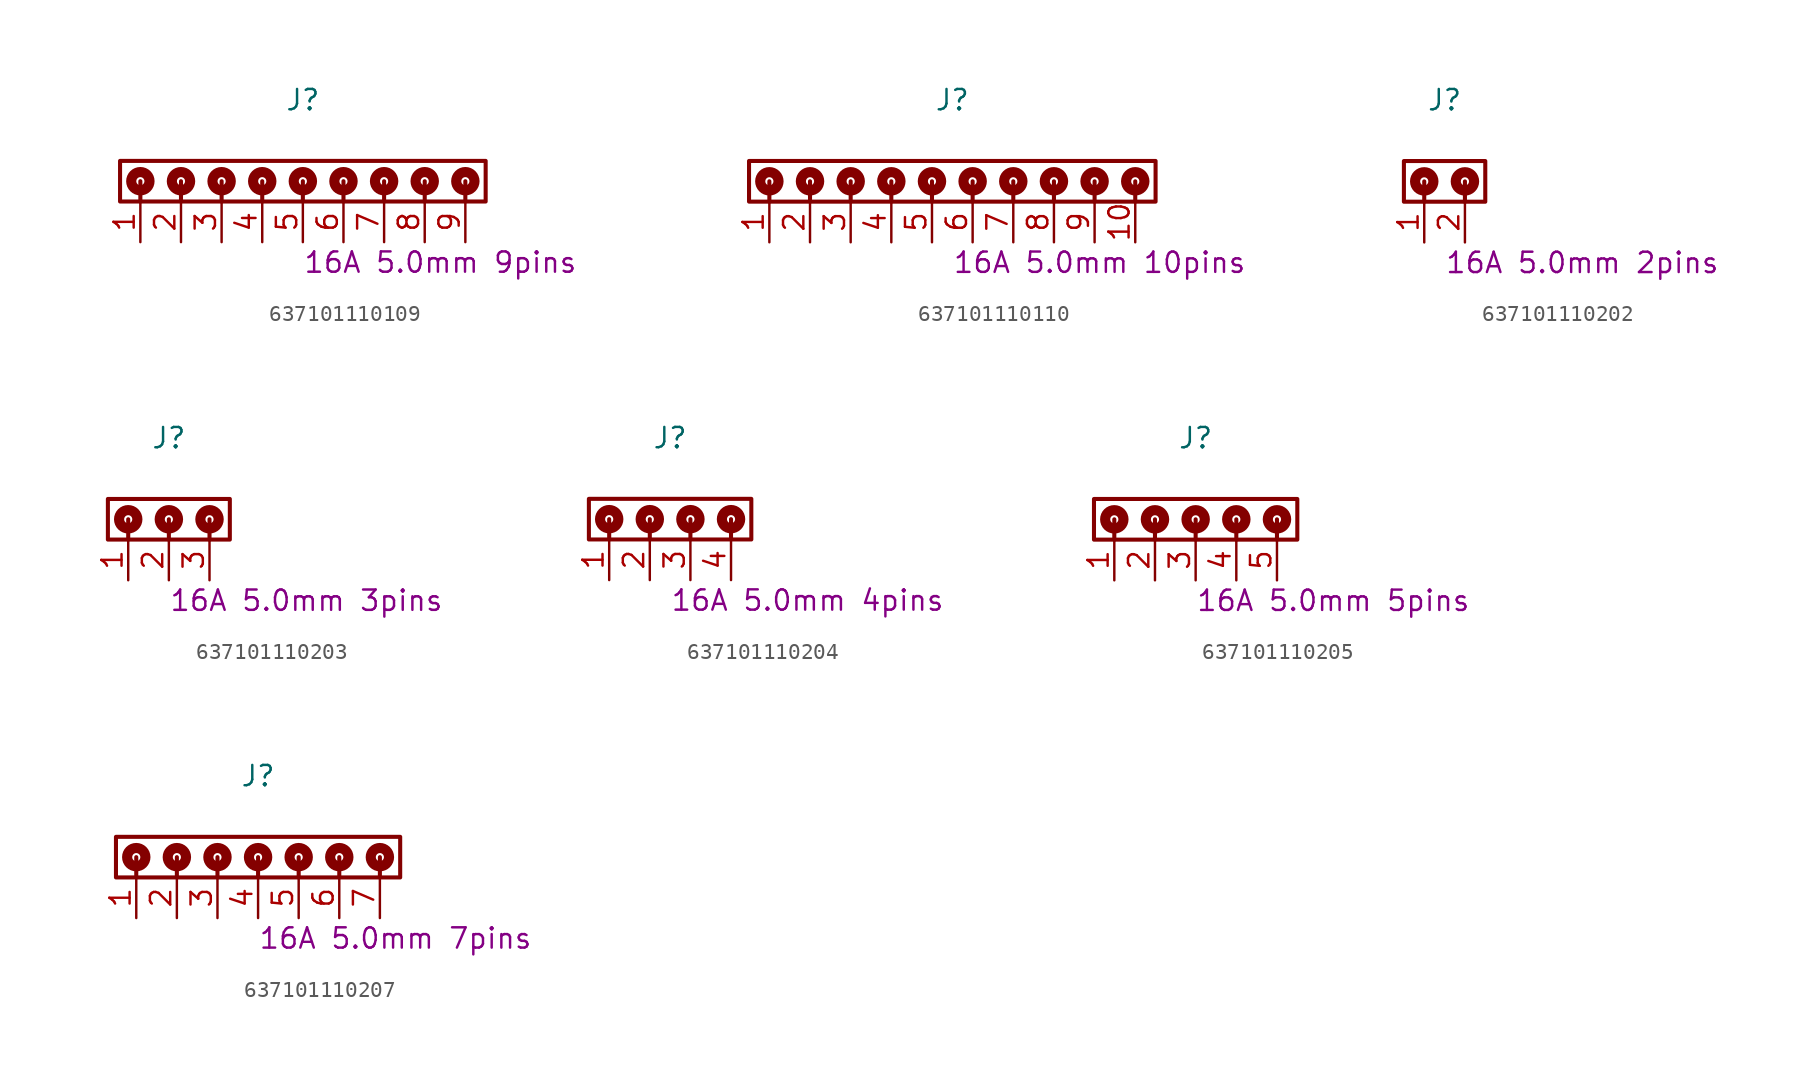
<source format=kicad_sym>
(kicad_symbol_lib
  (version 20220914)
  (generator kicad_symbol_editor)
  (symbol "637101110109"
    (pin_names hide)
    (property "Reference" "J"
      (at 0 5.08 0)
      (effects (font (size 1.27 1.27))))
    (property "Critical Parameter" "16A 5.0mm 9pins"
      (at 0 -5.08 0)
      (effects (font (size 1.27 1.27)) (justify left)))
    (symbol "637101110109_0_1"
      (rectangle (start -11.43 1.27) (end 11.43 -1.27) (stroke (width 0.254) (type default)) (fill (type none)))
      (circle (center -10.16 0) (radius 0.254) (stroke (width 0.635) (type default)) (fill (type none)))
      (polyline (pts (xy -10.16 0) (xy -10.16 -1.27)) (stroke (width 0.254) (type default)) (fill (type none)))
      (circle (center -7.62 0) (radius 0.254) (stroke (width 0.635) (type default)) (fill (type none)))
      (polyline (pts (xy -7.62 0) (xy -7.62 -1.27)) (stroke (width 0.254) (type default)) (fill (type none)))
      (circle (center -5.08 0) (radius 0.254) (stroke (width 0.635) (type default)) (fill (type none)))
      (polyline (pts (xy -5.08 0) (xy -5.08 -1.27)) (stroke (width 0.254) (type default)) (fill (type none)))
      (circle (center -2.54 0) (radius 0.254) (stroke (width 0.635) (type default)) (fill (type none)))
      (polyline (pts (xy -2.54 0) (xy -2.54 -1.27)) (stroke (width 0.254) (type default)) (fill (type none)))
      (circle (center 0.0 0) (radius 0.254) (stroke (width 0.635) (type default)) (fill (type none)))
      (polyline (pts (xy 0.0 0) (xy 0.0 -1.27)) (stroke (width 0.254) (type default)) (fill (type none)))
      (circle (center 2.54 0) (radius 0.254) (stroke (width 0.635) (type default)) (fill (type none)))
      (polyline (pts (xy 2.54 0) (xy 2.54 -1.27)) (stroke (width 0.254) (type default)) (fill (type none)))
      (circle (center 5.08 0) (radius 0.254) (stroke (width 0.635) (type default)) (fill (type none)))
      (polyline (pts (xy 5.08 0) (xy 5.08 -1.27)) (stroke (width 0.254) (type default)) (fill (type none)))
      (circle (center 7.62 0) (radius 0.254) (stroke (width 0.635) (type default)) (fill (type none)))
      (polyline (pts (xy 7.62 0) (xy 7.62 -1.27)) (stroke (width 0.254) (type default)) (fill (type none)))
      (circle (center 10.16 0) (radius 0.254) (stroke (width 0.635) (type default)) (fill (type none)))
      (polyline (pts (xy 10.16 0) (xy 10.16 -1.27)) (stroke (width 0.254) (type default)) (fill (type none))))
    (symbol "637101110109_1_1"
      (pin passive line (at -10.16 -3.81 90) (length 2.54) (name "1" (effects (font (size 1.27 1.27)))) (number "1" (effects (font (size 1.27 1.27)))))
      (pin passive line (at -10.16 -3.81 90) (length 2.54) hide (name "A1" (effects (font (size 1.27 1.27)))) (number "A1" (effects (font (size 1.27 1.27)))))
      (pin passive line (at -7.62 -3.81 90) (length 2.54) (name "2" (effects (font (size 1.27 1.27)))) (number "2" (effects (font (size 1.27 1.27)))))
      (pin passive line (at -7.62 -3.81 90) (length 2.54) hide (name "A2" (effects (font (size 1.27 1.27)))) (number "A2" (effects (font (size 1.27 1.27)))))
      (pin passive line (at -5.08 -3.81 90) (length 2.54) (name "3" (effects (font (size 1.27 1.27)))) (number "3" (effects (font (size 1.27 1.27)))))
      (pin passive line (at -5.08 -3.81 90) (length 2.54) hide (name "A3" (effects (font (size 1.27 1.27)))) (number "A3" (effects (font (size 1.27 1.27)))))
      (pin passive line (at -2.54 -3.81 90) (length 2.54) (name "4" (effects (font (size 1.27 1.27)))) (number "4" (effects (font (size 1.27 1.27)))))
      (pin passive line (at -2.54 -3.81 90) (length 2.54) hide (name "A4" (effects (font (size 1.27 1.27)))) (number "A4" (effects (font (size 1.27 1.27)))))
      (pin passive line (at 0.0 -3.81 90) (length 2.54) (name "5" (effects (font (size 1.27 1.27)))) (number "5" (effects (font (size 1.27 1.27)))))
      (pin passive line (at 0.0 -3.81 90) (length 2.54) hide (name "A5" (effects (font (size 1.27 1.27)))) (number "A5" (effects (font (size 1.27 1.27)))))
      (pin passive line (at 2.54 -3.81 90) (length 2.54) (name "6" (effects (font (size 1.27 1.27)))) (number "6" (effects (font (size 1.27 1.27)))))
      (pin passive line (at 2.54 -3.81 90) (length 2.54) hide (name "A6" (effects (font (size 1.27 1.27)))) (number "A6" (effects (font (size 1.27 1.27)))))
      (pin passive line (at 5.08 -3.81 90) (length 2.54) (name "7" (effects (font (size 1.27 1.27)))) (number "7" (effects (font (size 1.27 1.27)))))
      (pin passive line (at 5.08 -3.81 90) (length 2.54) hide (name "A7" (effects (font (size 1.27 1.27)))) (number "A7" (effects (font (size 1.27 1.27)))))
      (pin passive line (at 7.62 -3.81 90) (length 2.54) (name "8" (effects (font (size 1.27 1.27)))) (number "8" (effects (font (size 1.27 1.27)))))
      (pin passive line (at 7.62 -3.81 90) (length 2.54) hide (name "A8" (effects (font (size 1.27 1.27)))) (number "A8" (effects (font (size 1.27 1.27)))))
      (pin passive line (at 10.16 -3.81 90) (length 2.54) (name "9" (effects (font (size 1.27 1.27)))) (number "9" (effects (font (size 1.27 1.27)))))
      (pin passive line (at 10.16 -3.81 90) (length 2.54) hide (name "A9" (effects (font (size 1.27 1.27)))) (number "A9" (effects (font (size 1.27 1.27)))))))
  (symbol "637101110110"
    (pin_names hide)
    (property "Reference" "J"
      (at 0 5.08 0)
      (effects (font (size 1.27 1.27))))
    (property "Critical Parameter" "16A 5.0mm 10pins"
      (at 0 -5.08 0)
      (effects (font (size 1.27 1.27)) (justify left)))
    (symbol "637101110110_0_1"
      (rectangle (start -12.7 1.27) (end 12.7 -1.27) (stroke (width 0.254) (type default)) (fill (type none)))
      (circle (center -11.43 0) (radius 0.254) (stroke (width 0.635) (type default)) (fill (type none)))
      (polyline (pts (xy -11.43 0) (xy -11.43 -1.27)) (stroke (width 0.254) (type default)) (fill (type none)))
      (circle (center -8.89 0) (radius 0.254) (stroke (width 0.635) (type default)) (fill (type none)))
      (polyline (pts (xy -8.89 0) (xy -8.89 -1.27)) (stroke (width 0.254) (type default)) (fill (type none)))
      (circle (center -6.35 0) (radius 0.254) (stroke (width 0.635) (type default)) (fill (type none)))
      (polyline (pts (xy -6.35 0) (xy -6.35 -1.27)) (stroke (width 0.254) (type default)) (fill (type none)))
      (circle (center -3.81 0) (radius 0.254) (stroke (width 0.635) (type default)) (fill (type none)))
      (polyline (pts (xy -3.81 0) (xy -3.81 -1.27)) (stroke (width 0.254) (type default)) (fill (type none)))
      (circle (center -1.27 0) (radius 0.254) (stroke (width 0.635) (type default)) (fill (type none)))
      (polyline (pts (xy -1.27 0) (xy -1.27 -1.27)) (stroke (width 0.254) (type default)) (fill (type none)))
      (circle (center 1.27 0) (radius 0.254) (stroke (width 0.635) (type default)) (fill (type none)))
      (polyline (pts (xy 1.27 0) (xy 1.27 -1.27)) (stroke (width 0.254) (type default)) (fill (type none)))
      (circle (center 3.81 0) (radius 0.254) (stroke (width 0.635) (type default)) (fill (type none)))
      (polyline (pts (xy 3.81 0) (xy 3.81 -1.27)) (stroke (width 0.254) (type default)) (fill (type none)))
      (circle (center 6.35 0) (radius 0.254) (stroke (width 0.635) (type default)) (fill (type none)))
      (polyline (pts (xy 6.35 0) (xy 6.35 -1.27)) (stroke (width 0.254) (type default)) (fill (type none)))
      (circle (center 8.89 0) (radius 0.254) (stroke (width 0.635) (type default)) (fill (type none)))
      (polyline (pts (xy 8.89 0) (xy 8.89 -1.27)) (stroke (width 0.254) (type default)) (fill (type none)))
      (circle (center 11.43 0) (radius 0.254) (stroke (width 0.635) (type default)) (fill (type none)))
      (polyline (pts (xy 11.43 0) (xy 11.43 -1.27)) (stroke (width 0.254) (type default)) (fill (type none))))
    (symbol "637101110110_1_1"
      (pin passive line (at -11.43 -3.81 90) (length 2.54) (name "1" (effects (font (size 1.27 1.27)))) (number "1" (effects (font (size 1.27 1.27)))))
      (pin passive line (at -11.43 -3.81 90) (length 2.54) hide (name "A1" (effects (font (size 1.27 1.27)))) (number "A1" (effects (font (size 1.27 1.27)))))
      (pin passive line (at -8.89 -3.81 90) (length 2.54) (name "2" (effects (font (size 1.27 1.27)))) (number "2" (effects (font (size 1.27 1.27)))))
      (pin passive line (at -8.89 -3.81 90) (length 2.54) hide (name "A2" (effects (font (size 1.27 1.27)))) (number "A2" (effects (font (size 1.27 1.27)))))
      (pin passive line (at -6.35 -3.81 90) (length 2.54) (name "3" (effects (font (size 1.27 1.27)))) (number "3" (effects (font (size 1.27 1.27)))))
      (pin passive line (at -6.35 -3.81 90) (length 2.54) hide (name "A3" (effects (font (size 1.27 1.27)))) (number "A3" (effects (font (size 1.27 1.27)))))
      (pin passive line (at -3.81 -3.81 90) (length 2.54) (name "4" (effects (font (size 1.27 1.27)))) (number "4" (effects (font (size 1.27 1.27)))))
      (pin passive line (at -3.81 -3.81 90) (length 2.54) hide (name "A4" (effects (font (size 1.27 1.27)))) (number "A4" (effects (font (size 1.27 1.27)))))
      (pin passive line (at -1.27 -3.81 90) (length 2.54) (name "5" (effects (font (size 1.27 1.27)))) (number "5" (effects (font (size 1.27 1.27)))))
      (pin passive line (at -1.27 -3.81 90) (length 2.54) hide (name "A5" (effects (font (size 1.27 1.27)))) (number "A5" (effects (font (size 1.27 1.27)))))
      (pin passive line (at 1.27 -3.81 90) (length 2.54) (name "6" (effects (font (size 1.27 1.27)))) (number "6" (effects (font (size 1.27 1.27)))))
      (pin passive line (at 1.27 -3.81 90) (length 2.54) hide (name "A6" (effects (font (size 1.27 1.27)))) (number "A6" (effects (font (size 1.27 1.27)))))
      (pin passive line (at 3.81 -3.81 90) (length 2.54) (name "7" (effects (font (size 1.27 1.27)))) (number "7" (effects (font (size 1.27 1.27)))))
      (pin passive line (at 3.81 -3.81 90) (length 2.54) hide (name "A7" (effects (font (size 1.27 1.27)))) (number "A7" (effects (font (size 1.27 1.27)))))
      (pin passive line (at 6.35 -3.81 90) (length 2.54) (name "8" (effects (font (size 1.27 1.27)))) (number "8" (effects (font (size 1.27 1.27)))))
      (pin passive line (at 6.35 -3.81 90) (length 2.54) hide (name "A8" (effects (font (size 1.27 1.27)))) (number "A8" (effects (font (size 1.27 1.27)))))
      (pin passive line (at 8.89 -3.81 90) (length 2.54) (name "9" (effects (font (size 1.27 1.27)))) (number "9" (effects (font (size 1.27 1.27)))))
      (pin passive line (at 8.89 -3.81 90) (length 2.54) hide (name "A9" (effects (font (size 1.27 1.27)))) (number "A9" (effects (font (size 1.27 1.27)))))
      (pin passive line (at 11.43 -3.81 90) (length 2.54) (name "10" (effects (font (size 1.27 1.27)))) (number "10" (effects (font (size 1.27 1.27)))))
      (pin passive line (at 11.43 -3.81 90) (length 2.54) hide (name "A10" (effects (font (size 1.27 1.27)))) (number "A10" (effects (font (size 1.27 1.27)))))))
  (symbol "637101110202"
    (pin_names hide)
    (property "Reference" "J"
      (at 0 5.08 0)
      (effects (font (size 1.27 1.27))))
    (property "Critical Parameter" "16A 5.0mm 2pins"
      (at 0 -5.08 0)
      (effects (font (size 1.27 1.27)) (justify left)))
    (symbol "637101110202_0_1"
      (rectangle (start -2.54 1.27) (end 2.54 -1.27) (stroke (width 0.254) (type default)) (fill (type none)))
      (circle (center -1.27 0) (radius 0.254) (stroke (width 0.635) (type default)) (fill (type none)))
      (polyline (pts (xy -1.27 0) (xy -1.27 -1.27)) (stroke (width 0.254) (type default)) (fill (type none)))
      (circle (center 1.27 0) (radius 0.254) (stroke (width 0.635) (type default)) (fill (type none)))
      (polyline (pts (xy 1.27 0) (xy 1.27 -1.27)) (stroke (width 0.254) (type default)) (fill (type none))))
    (symbol "637101110202_1_1"
      (pin passive line (at -1.27 -3.81 90) (length 2.54) (name "1" (effects (font (size 1.27 1.27)))) (number "1" (effects (font (size 1.27 1.27)))))
      (pin passive line (at -1.27 -3.81 90) (length 2.54) hide (name "A1" (effects (font (size 1.27 1.27)))) (number "A1" (effects (font (size 1.27 1.27)))))
      (pin passive line (at 1.27 -3.81 90) (length 2.54) (name "2" (effects (font (size 1.27 1.27)))) (number "2" (effects (font (size 1.27 1.27)))))
      (pin passive line (at 1.27 -3.81 90) (length 2.54) hide (name "A2" (effects (font (size 1.27 1.27)))) (number "A2" (effects (font (size 1.27 1.27)))))))
  (symbol "637101110203"
    (pin_names hide)
    (property "Reference" "J"
      (at 0 5.08 0)
      (effects (font (size 1.27 1.27))))
    (property "Critical Parameter" "16A 5.0mm 3pins"
      (at 0 -5.08 0)
      (effects (font (size 1.27 1.27)) (justify left)))
    (symbol "637101110203_0_1"
      (rectangle (start -3.81 1.27) (end 3.81 -1.27) (stroke (width 0.254) (type default)) (fill (type none)))
      (circle (center -2.54 0) (radius 0.254) (stroke (width 0.635) (type default)) (fill (type none)))
      (polyline (pts (xy -2.54 0) (xy -2.54 -1.27)) (stroke (width 0.254) (type default)) (fill (type none)))
      (circle (center 0.0 0) (radius 0.254) (stroke (width 0.635) (type default)) (fill (type none)))
      (polyline (pts (xy 0.0 0) (xy 0.0 -1.27)) (stroke (width 0.254) (type default)) (fill (type none)))
      (circle (center 2.54 0) (radius 0.254) (stroke (width 0.635) (type default)) (fill (type none)))
      (polyline (pts (xy 2.54 0) (xy 2.54 -1.27)) (stroke (width 0.254) (type default)) (fill (type none))))
    (symbol "637101110203_1_1"
      (pin passive line (at -2.54 -3.81 90) (length 2.54) (name "1" (effects (font (size 1.27 1.27)))) (number "1" (effects (font (size 1.27 1.27)))))
      (pin passive line (at -2.54 -3.81 90) (length 2.54) hide (name "A1" (effects (font (size 1.27 1.27)))) (number "A1" (effects (font (size 1.27 1.27)))))
      (pin passive line (at 0.0 -3.81 90) (length 2.54) (name "2" (effects (font (size 1.27 1.27)))) (number "2" (effects (font (size 1.27 1.27)))))
      (pin passive line (at 0.0 -3.81 90) (length 2.54) hide (name "A2" (effects (font (size 1.27 1.27)))) (number "A2" (effects (font (size 1.27 1.27)))))
      (pin passive line (at 2.54 -3.81 90) (length 2.54) (name "3" (effects (font (size 1.27 1.27)))) (number "3" (effects (font (size 1.27 1.27)))))
      (pin passive line (at 2.54 -3.81 90) (length 2.54) hide (name "A3" (effects (font (size 1.27 1.27)))) (number "A3" (effects (font (size 1.27 1.27)))))))
  (symbol "637101110204"
    (pin_names hide)
    (property "Reference" "J"
      (at 0 5.08 0)
      (effects (font (size 1.27 1.27))))
    (property "Critical Parameter" "16A 5.0mm 4pins"
      (at 0 -5.08 0)
      (effects (font (size 1.27 1.27)) (justify left)))
    (symbol "637101110204_0_1"
      (rectangle (start -5.08 1.27) (end 5.08 -1.27) (stroke (width 0.254) (type default)) (fill (type none)))
      (circle (center -3.81 0) (radius 0.254) (stroke (width 0.635) (type default)) (fill (type none)))
      (polyline (pts (xy -3.81 0) (xy -3.81 -1.27)) (stroke (width 0.254) (type default)) (fill (type none)))
      (circle (center -1.27 0) (radius 0.254) (stroke (width 0.635) (type default)) (fill (type none)))
      (polyline (pts (xy -1.27 0) (xy -1.27 -1.27)) (stroke (width 0.254) (type default)) (fill (type none)))
      (circle (center 1.27 0) (radius 0.254) (stroke (width 0.635) (type default)) (fill (type none)))
      (polyline (pts (xy 1.27 0) (xy 1.27 -1.27)) (stroke (width 0.254) (type default)) (fill (type none)))
      (circle (center 3.81 0) (radius 0.254) (stroke (width 0.635) (type default)) (fill (type none)))
      (polyline (pts (xy 3.81 0) (xy 3.81 -1.27)) (stroke (width 0.254) (type default)) (fill (type none))))
    (symbol "637101110204_1_1"
      (pin passive line (at -3.81 -3.81 90) (length 2.54) (name "1" (effects (font (size 1.27 1.27)))) (number "1" (effects (font (size 1.27 1.27)))))
      (pin passive line (at -3.81 -3.81 90) (length 2.54) hide (name "A1" (effects (font (size 1.27 1.27)))) (number "A1" (effects (font (size 1.27 1.27)))))
      (pin passive line (at -1.27 -3.81 90) (length 2.54) (name "2" (effects (font (size 1.27 1.27)))) (number "2" (effects (font (size 1.27 1.27)))))
      (pin passive line (at -1.27 -3.81 90) (length 2.54) hide (name "A2" (effects (font (size 1.27 1.27)))) (number "A2" (effects (font (size 1.27 1.27)))))
      (pin passive line (at 1.27 -3.81 90) (length 2.54) (name "3" (effects (font (size 1.27 1.27)))) (number "3" (effects (font (size 1.27 1.27)))))
      (pin passive line (at 1.27 -3.81 90) (length 2.54) hide (name "A3" (effects (font (size 1.27 1.27)))) (number "A3" (effects (font (size 1.27 1.27)))))
      (pin passive line (at 3.81 -3.81 90) (length 2.54) (name "4" (effects (font (size 1.27 1.27)))) (number "4" (effects (font (size 1.27 1.27)))))
      (pin passive line (at 3.81 -3.81 90) (length 2.54) hide (name "A4" (effects (font (size 1.27 1.27)))) (number "A4" (effects (font (size 1.27 1.27)))))))
  (symbol "637101110205"
    (pin_names hide)
    (property "Reference" "J"
      (at 0 5.08 0)
      (effects (font (size 1.27 1.27))))
    (property "Critical Parameter" "16A 5.0mm 5pins"
      (at 0 -5.08 0)
      (effects (font (size 1.27 1.27)) (justify left)))
    (symbol "637101110205_0_1"
      (rectangle (start -6.35 1.27) (end 6.35 -1.27) (stroke (width 0.254) (type default)) (fill (type none)))
      (circle (center -5.08 0) (radius 0.254) (stroke (width 0.635) (type default)) (fill (type none)))
      (polyline (pts (xy -5.08 0) (xy -5.08 -1.27)) (stroke (width 0.254) (type default)) (fill (type none)))
      (circle (center -2.54 0) (radius 0.254) (stroke (width 0.635) (type default)) (fill (type none)))
      (polyline (pts (xy -2.54 0) (xy -2.54 -1.27)) (stroke (width 0.254) (type default)) (fill (type none)))
      (circle (center 0.0 0) (radius 0.254) (stroke (width 0.635) (type default)) (fill (type none)))
      (polyline (pts (xy 0.0 0) (xy 0.0 -1.27)) (stroke (width 0.254) (type default)) (fill (type none)))
      (circle (center 2.54 0) (radius 0.254) (stroke (width 0.635) (type default)) (fill (type none)))
      (polyline (pts (xy 2.54 0) (xy 2.54 -1.27)) (stroke (width 0.254) (type default)) (fill (type none)))
      (circle (center 5.08 0) (radius 0.254) (stroke (width 0.635) (type default)) (fill (type none)))
      (polyline (pts (xy 5.08 0) (xy 5.08 -1.27)) (stroke (width 0.254) (type default)) (fill (type none))))
    (symbol "637101110205_1_1"
      (pin passive line (at -5.08 -3.81 90) (length 2.54) (name "1" (effects (font (size 1.27 1.27)))) (number "1" (effects (font (size 1.27 1.27)))))
      (pin passive line (at -5.08 -3.81 90) (length 2.54) hide (name "A1" (effects (font (size 1.27 1.27)))) (number "A1" (effects (font (size 1.27 1.27)))))
      (pin passive line (at -2.54 -3.81 90) (length 2.54) (name "2" (effects (font (size 1.27 1.27)))) (number "2" (effects (font (size 1.27 1.27)))))
      (pin passive line (at -2.54 -3.81 90) (length 2.54) hide (name "A2" (effects (font (size 1.27 1.27)))) (number "A2" (effects (font (size 1.27 1.27)))))
      (pin passive line (at 0.0 -3.81 90) (length 2.54) (name "3" (effects (font (size 1.27 1.27)))) (number "3" (effects (font (size 1.27 1.27)))))
      (pin passive line (at 0.0 -3.81 90) (length 2.54) hide (name "A3" (effects (font (size 1.27 1.27)))) (number "A3" (effects (font (size 1.27 1.27)))))
      (pin passive line (at 2.54 -3.81 90) (length 2.54) (name "4" (effects (font (size 1.27 1.27)))) (number "4" (effects (font (size 1.27 1.27)))))
      (pin passive line (at 2.54 -3.81 90) (length 2.54) hide (name "A4" (effects (font (size 1.27 1.27)))) (number "A4" (effects (font (size 1.27 1.27)))))
      (pin passive line (at 5.08 -3.81 90) (length 2.54) (name "5" (effects (font (size 1.27 1.27)))) (number "5" (effects (font (size 1.27 1.27)))))
      (pin passive line (at 5.08 -3.81 90) (length 2.54) hide (name "A5" (effects (font (size 1.27 1.27)))) (number "A5" (effects (font (size 1.27 1.27)))))))
  (symbol "637101110207"
    (pin_names hide)
    (property "Reference" "J"
      (at 0 5.08 0)
      (effects (font (size 1.27 1.27))))
    (property "Critical Parameter" "16A 5.0mm 7pins"
      (at 0 -5.08 0)
      (effects (font (size 1.27 1.27)) (justify left)))
    (symbol "637101110207_0_1"
      (rectangle (start -8.89 1.27) (end 8.89 -1.27) (stroke (width 0.254) (type default)) (fill (type none)))
      (circle (center -7.62 0) (radius 0.254) (stroke (width 0.635) (type default)) (fill (type none)))
      (polyline (pts (xy -7.62 0) (xy -7.62 -1.27)) (stroke (width 0.254) (type default)) (fill (type none)))
      (circle (center -5.08 0) (radius 0.254) (stroke (width 0.635) (type default)) (fill (type none)))
      (polyline (pts (xy -5.08 0) (xy -5.08 -1.27)) (stroke (width 0.254) (type default)) (fill (type none)))
      (circle (center -2.54 0) (radius 0.254) (stroke (width 0.635) (type default)) (fill (type none)))
      (polyline (pts (xy -2.54 0) (xy -2.54 -1.27)) (stroke (width 0.254) (type default)) (fill (type none)))
      (circle (center 0.0 0) (radius 0.254) (stroke (width 0.635) (type default)) (fill (type none)))
      (polyline (pts (xy 0.0 0) (xy 0.0 -1.27)) (stroke (width 0.254) (type default)) (fill (type none)))
      (circle (center 2.54 0) (radius 0.254) (stroke (width 0.635) (type default)) (fill (type none)))
      (polyline (pts (xy 2.54 0) (xy 2.54 -1.27)) (stroke (width 0.254) (type default)) (fill (type none)))
      (circle (center 5.08 0) (radius 0.254) (stroke (width 0.635) (type default)) (fill (type none)))
      (polyline (pts (xy 5.08 0) (xy 5.08 -1.27)) (stroke (width 0.254) (type default)) (fill (type none)))
      (circle (center 7.62 0) (radius 0.254) (stroke (width 0.635) (type default)) (fill (type none)))
      (polyline (pts (xy 7.62 0) (xy 7.62 -1.27)) (stroke (width 0.254) (type default)) (fill (type none))))
    (symbol "637101110207_1_1"
      (pin passive line (at -7.62 -3.81 90) (length 2.54) (name "1" (effects (font (size 1.27 1.27)))) (number "1" (effects (font (size 1.27 1.27)))))
      (pin passive line (at -7.62 -3.81 90) (length 2.54) hide (name "A1" (effects (font (size 1.27 1.27)))) (number "A1" (effects (font (size 1.27 1.27)))))
      (pin passive line (at -5.08 -3.81 90) (length 2.54) (name "2" (effects (font (size 1.27 1.27)))) (number "2" (effects (font (size 1.27 1.27)))))
      (pin passive line (at -5.08 -3.81 90) (length 2.54) hide (name "A2" (effects (font (size 1.27 1.27)))) (number "A2" (effects (font (size 1.27 1.27)))))
      (pin passive line (at -2.54 -3.81 90) (length 2.54) (name "3" (effects (font (size 1.27 1.27)))) (number "3" (effects (font (size 1.27 1.27)))))
      (pin passive line (at -2.54 -3.81 90) (length 2.54) hide (name "A3" (effects (font (size 1.27 1.27)))) (number "A3" (effects (font (size 1.27 1.27)))))
      (pin passive line (at 0.0 -3.81 90) (length 2.54) (name "4" (effects (font (size 1.27 1.27)))) (number "4" (effects (font (size 1.27 1.27)))))
      (pin passive line (at 0.0 -3.81 90) (length 2.54) hide (name "A4" (effects (font (size 1.27 1.27)))) (number "A4" (effects (font (size 1.27 1.27)))))
      (pin passive line (at 2.54 -3.81 90) (length 2.54) (name "5" (effects (font (size 1.27 1.27)))) (number "5" (effects (font (size 1.27 1.27)))))
      (pin passive line (at 2.54 -3.81 90) (length 2.54) hide (name "A5" (effects (font (size 1.27 1.27)))) (number "A5" (effects (font (size 1.27 1.27)))))
      (pin passive line (at 5.08 -3.81 90) (length 2.54) (name "6" (effects (font (size 1.27 1.27)))) (number "6" (effects (font (size 1.27 1.27)))))
      (pin passive line (at 5.08 -3.81 90) (length 2.54) hide (name "A6" (effects (font (size 1.27 1.27)))) (number "A6" (effects (font (size 1.27 1.27)))))
      (pin passive line (at 7.62 -3.81 90) (length 2.54) (name "7" (effects (font (size 1.27 1.27)))) (number "7" (effects (font (size 1.27 1.27)))))
      (pin passive line (at 7.62 -3.81 90) (length 2.54) hide (name "A7" (effects (font (size 1.27 1.27)))) (number "A7" (effects (font (size 1.27 1.27))))))))
</source>
